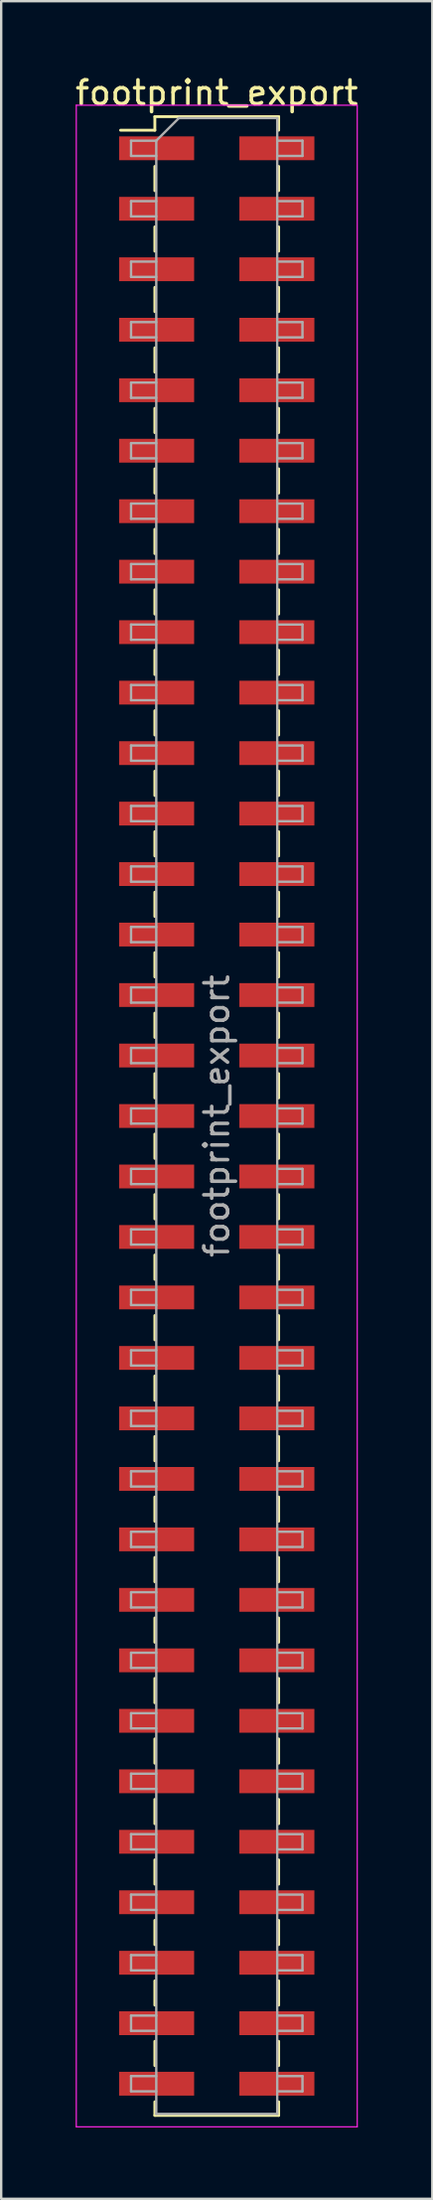
<source format=kicad_pcb>
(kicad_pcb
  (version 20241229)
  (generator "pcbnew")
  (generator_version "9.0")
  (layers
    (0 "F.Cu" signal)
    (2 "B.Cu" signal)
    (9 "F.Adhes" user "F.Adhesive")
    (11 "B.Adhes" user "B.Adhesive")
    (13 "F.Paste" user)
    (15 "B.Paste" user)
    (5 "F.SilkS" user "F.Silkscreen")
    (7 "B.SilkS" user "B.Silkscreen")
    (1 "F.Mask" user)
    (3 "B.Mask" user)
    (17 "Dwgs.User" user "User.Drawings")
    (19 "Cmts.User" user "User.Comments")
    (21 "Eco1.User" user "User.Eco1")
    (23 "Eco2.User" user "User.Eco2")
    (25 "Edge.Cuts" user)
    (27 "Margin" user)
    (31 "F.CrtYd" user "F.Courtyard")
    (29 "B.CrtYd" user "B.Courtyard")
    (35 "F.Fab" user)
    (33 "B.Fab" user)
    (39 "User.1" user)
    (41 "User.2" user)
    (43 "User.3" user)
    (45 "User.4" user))
  (footprint "footprint_export"
    (layer "F.Cu")
    (at 6.054 43.818)
    (property "Reference" "footprint_export" (at 0 -42.97 0) (layer "F.SilkS") (effects (font (size 1 1) (thickness 0.15))))
    (attr smd)
    (fp_line (start -4.04 -41.4) (end -2.6 -41.4) (stroke (width 0.12) (type solid)) (layer "F.SilkS"))
    (fp_line (start -2.6 -41.97) (end -2.6 -41.4) (stroke (width 0.12) (type solid)) (layer "F.SilkS"))
    (fp_line (start -2.6 -41.97) (end 2.6 -41.97) (stroke (width 0.12) (type solid)) (layer "F.SilkS"))
    (fp_line (start -2.6 -39.88) (end -2.6 -38.86) (stroke (width 0.12) (type solid)) (layer "F.SilkS"))
    (fp_line (start -2.6 -37.34) (end -2.6 -36.32) (stroke (width 0.12) (type solid)) (layer "F.SilkS"))
    (fp_line (start -2.6 -34.8) (end -2.6 -33.78) (stroke (width 0.12) (type solid)) (layer "F.SilkS"))
    (fp_line (start -2.6 -32.26) (end -2.6 -31.24) (stroke (width 0.12) (type solid)) (layer "F.SilkS"))
    (fp_line (start -2.6 -29.72) (end -2.6 -28.7) (stroke (width 0.12) (type solid)) (layer "F.SilkS"))
    (fp_line (start -2.6 -27.18) (end -2.6 -26.16) (stroke (width 0.12) (type solid)) (layer "F.SilkS"))
    (fp_line (start -2.6 -24.64) (end -2.6 -23.62) (stroke (width 0.12) (type solid)) (layer "F.SilkS"))
    (fp_line (start -2.6 -22.1) (end -2.6 -21.08) (stroke (width 0.12) (type solid)) (layer "F.SilkS"))
    (fp_line (start -2.6 -19.56) (end -2.6 -18.54) (stroke (width 0.12) (type solid)) (layer "F.SilkS"))
    (fp_line (start -2.6 -17.02) (end -2.6 -16) (stroke (width 0.12) (type solid)) (layer "F.SilkS"))
    (fp_line (start -2.6 -14.48) (end -2.6 -13.46) (stroke (width 0.12) (type solid)) (layer "F.SilkS"))
    (fp_line (start -2.6 -11.94) (end -2.6 -10.92) (stroke (width 0.12) (type solid)) (layer "F.SilkS"))
    (fp_line (start -2.6 -9.4) (end -2.6 -8.38) (stroke (width 0.12) (type solid)) (layer "F.SilkS"))
    (fp_line (start -2.6 -6.86) (end -2.6 -5.84) (stroke (width 0.12) (type solid)) (layer "F.SilkS"))
    (fp_line (start -2.6 -4.32) (end -2.6 -3.3) (stroke (width 0.12) (type solid)) (layer "F.SilkS"))
    (fp_line (start -2.6 -1.78) (end -2.6 -0.76) (stroke (width 0.12) (type solid)) (layer "F.SilkS"))
    (fp_line (start -2.6 0.76) (end -2.6 1.78) (stroke (width 0.12) (type solid)) (layer "F.SilkS"))
    (fp_line (start -2.6 3.3) (end -2.6 4.32) (stroke (width 0.12) (type solid)) (layer "F.SilkS"))
    (fp_line (start -2.6 5.84) (end -2.6 6.86) (stroke (width 0.12) (type solid)) (layer "F.SilkS"))
    (fp_line (start -2.6 8.38) (end -2.6 9.4) (stroke (width 0.12) (type solid)) (layer "F.SilkS"))
    (fp_line (start -2.6 10.92) (end -2.6 11.94) (stroke (width 0.12) (type solid)) (layer "F.SilkS"))
    (fp_line (start -2.6 13.46) (end -2.6 14.48) (stroke (width 0.12) (type solid)) (layer "F.SilkS"))
    (fp_line (start -2.6 16) (end -2.6 17.02) (stroke (width 0.12) (type solid)) (layer "F.SilkS"))
    (fp_line (start -2.6 18.54) (end -2.6 19.56) (stroke (width 0.12) (type solid)) (layer "F.SilkS"))
    (fp_line (start -2.6 21.08) (end -2.6 22.1) (stroke (width 0.12) (type solid)) (layer "F.SilkS"))
    (fp_line (start -2.6 23.62) (end -2.6 24.64) (stroke (width 0.12) (type solid)) (layer "F.SilkS"))
    (fp_line (start -2.6 26.16) (end -2.6 27.18) (stroke (width 0.12) (type solid)) (layer "F.SilkS"))
    (fp_line (start -2.6 28.7) (end -2.6 29.72) (stroke (width 0.12) (type solid)) (layer "F.SilkS"))
    (fp_line (start -2.6 31.24) (end -2.6 32.26) (stroke (width 0.12) (type solid)) (layer "F.SilkS"))
    (fp_line (start -2.6 33.78) (end -2.6 34.8) (stroke (width 0.12) (type solid)) (layer "F.SilkS"))
    (fp_line (start -2.6 36.32) (end -2.6 37.34) (stroke (width 0.12) (type solid)) (layer "F.SilkS"))
    (fp_line (start -2.6 38.86) (end -2.6 39.88) (stroke (width 0.12) (type solid)) (layer "F.SilkS"))
    (fp_line (start -2.6 41.4) (end -2.6 41.97) (stroke (width 0.12) (type solid)) (layer "F.SilkS"))
    (fp_line (start -2.6 41.97) (end 2.6 41.97) (stroke (width 0.12) (type solid)) (layer "F.SilkS"))
    (fp_line (start 2.6 -41.97) (end 2.6 -41.4) (stroke (width 0.12) (type solid)) (layer "F.SilkS"))
    (fp_line (start 2.6 -39.88) (end 2.6 -38.86) (stroke (width 0.12) (type solid)) (layer "F.SilkS"))
    (fp_line (start 2.6 -37.34) (end 2.6 -36.32) (stroke (width 0.12) (type solid)) (layer "F.SilkS"))
    (fp_line (start 2.6 -34.8) (end 2.6 -33.78) (stroke (width 0.12) (type solid)) (layer "F.SilkS"))
    (fp_line (start 2.6 -32.26) (end 2.6 -31.24) (stroke (width 0.12) (type solid)) (layer "F.SilkS"))
    (fp_line (start 2.6 -29.72) (end 2.6 -28.7) (stroke (width 0.12) (type solid)) (layer "F.SilkS"))
    (fp_line (start 2.6 -27.18) (end 2.6 -26.16) (stroke (width 0.12) (type solid)) (layer "F.SilkS"))
    (fp_line (start 2.6 -24.64) (end 2.6 -23.62) (stroke (width 0.12) (type solid)) (layer "F.SilkS"))
    (fp_line (start 2.6 -22.1) (end 2.6 -21.08) (stroke (width 0.12) (type solid)) (layer "F.SilkS"))
    (fp_line (start 2.6 -19.56) (end 2.6 -18.54) (stroke (width 0.12) (type solid)) (layer "F.SilkS"))
    (fp_line (start 2.6 -17.02) (end 2.6 -16) (stroke (width 0.12) (type solid)) (layer "F.SilkS"))
    (fp_line (start 2.6 -14.48) (end 2.6 -13.46) (stroke (width 0.12) (type solid)) (layer "F.SilkS"))
    (fp_line (start 2.6 -11.94) (end 2.6 -10.92) (stroke (width 0.12) (type solid)) (layer "F.SilkS"))
    (fp_line (start 2.6 -9.4) (end 2.6 -8.38) (stroke (width 0.12) (type solid)) (layer "F.SilkS"))
    (fp_line (start 2.6 -6.86) (end 2.6 -5.84) (stroke (width 0.12) (type solid)) (layer "F.SilkS"))
    (fp_line (start 2.6 -4.32) (end 2.6 -3.3) (stroke (width 0.12) (type solid)) (layer "F.SilkS"))
    (fp_line (start 2.6 -1.78) (end 2.6 -0.76) (stroke (width 0.12) (type solid)) (layer "F.SilkS"))
    (fp_line (start 2.6 0.76) (end 2.6 1.78) (stroke (width 0.12) (type solid)) (layer "F.SilkS"))
    (fp_line (start 2.6 3.3) (end 2.6 4.32) (stroke (width 0.12) (type solid)) (layer "F.SilkS"))
    (fp_line (start 2.6 5.84) (end 2.6 6.86) (stroke (width 0.12) (type solid)) (layer "F.SilkS"))
    (fp_line (start 2.6 8.38) (end 2.6 9.4) (stroke (width 0.12) (type solid)) (layer "F.SilkS"))
    (fp_line (start 2.6 10.92) (end 2.6 11.94) (stroke (width 0.12) (type solid)) (layer "F.SilkS"))
    (fp_line (start 2.6 13.46) (end 2.6 14.48) (stroke (width 0.12) (type solid)) (layer "F.SilkS"))
    (fp_line (start 2.6 16) (end 2.6 17.02) (stroke (width 0.12) (type solid)) (layer "F.SilkS"))
    (fp_line (start 2.6 18.54) (end 2.6 19.56) (stroke (width 0.12) (type solid)) (layer "F.SilkS"))
    (fp_line (start 2.6 21.08) (end 2.6 22.1) (stroke (width 0.12) (type solid)) (layer "F.SilkS"))
    (fp_line (start 2.6 23.62) (end 2.6 24.64) (stroke (width 0.12) (type solid)) (layer "F.SilkS"))
    (fp_line (start 2.6 26.16) (end 2.6 27.18) (stroke (width 0.12) (type solid)) (layer "F.SilkS"))
    (fp_line (start 2.6 28.7) (end 2.6 29.72) (stroke (width 0.12) (type solid)) (layer "F.SilkS"))
    (fp_line (start 2.6 31.24) (end 2.6 32.26) (stroke (width 0.12) (type solid)) (layer "F.SilkS"))
    (fp_line (start 2.6 33.78) (end 2.6 34.8) (stroke (width 0.12) (type solid)) (layer "F.SilkS"))
    (fp_line (start 2.6 36.32) (end 2.6 37.34) (stroke (width 0.12) (type solid)) (layer "F.SilkS"))
    (fp_line (start 2.6 38.86) (end 2.6 39.88) (stroke (width 0.12) (type solid)) (layer "F.SilkS"))
    (fp_line (start 2.6 41.4) (end 2.6 41.97) (stroke (width 0.12) (type solid)) (layer "F.SilkS"))
    (fp_line (start -5.9 -42.45) (end -5.9 42.45) (stroke (width 0.05) (type solid)) (layer "F.CrtYd"))
    (fp_line (start -5.9 42.45) (end 5.9 42.45) (stroke (width 0.05) (type solid)) (layer "F.CrtYd"))
    (fp_line (start 5.9 -42.45) (end -5.9 -42.45) (stroke (width 0.05) (type solid)) (layer "F.CrtYd"))
    (fp_line (start 5.9 42.45) (end 5.9 -42.45) (stroke (width 0.05) (type solid)) (layer "F.CrtYd"))
    (fp_line (start -3.6 -40.96) (end -3.6 -40.32) (stroke (width 0.1) (type solid)) (layer "F.Fab"))
    (fp_line (start -3.6 -40.32) (end -2.54 -40.32) (stroke (width 0.1) (type solid)) (layer "F.Fab"))
    (fp_line (start -3.6 -38.42) (end -3.6 -37.78) (stroke (width 0.1) (type solid)) (layer "F.Fab"))
    (fp_line (start -3.6 -37.78) (end -2.54 -37.78) (stroke (width 0.1) (type solid)) (layer "F.Fab"))
    (fp_line (start -3.6 -35.88) (end -3.6 -35.24) (stroke (width 0.1) (type solid)) (layer "F.Fab"))
    (fp_line (start -3.6 -35.24) (end -2.54 -35.24) (stroke (width 0.1) (type solid)) (layer "F.Fab"))
    (fp_line (start -3.6 -33.34) (end -3.6 -32.7) (stroke (width 0.1) (type solid)) (layer "F.Fab"))
    (fp_line (start -3.6 -32.7) (end -2.54 -32.7) (stroke (width 0.1) (type solid)) (layer "F.Fab"))
    (fp_line (start -3.6 -30.8) (end -3.6 -30.16) (stroke (width 0.1) (type solid)) (layer "F.Fab"))
    (fp_line (start -3.6 -30.16) (end -2.54 -30.16) (stroke (width 0.1) (type solid)) (layer "F.Fab"))
    (fp_line (start -3.6 -28.26) (end -3.6 -27.62) (stroke (width 0.1) (type solid)) (layer "F.Fab"))
    (fp_line (start -3.6 -27.62) (end -2.54 -27.62) (stroke (width 0.1) (type solid)) (layer "F.Fab"))
    (fp_line (start -3.6 -25.72) (end -3.6 -25.08) (stroke (width 0.1) (type solid)) (layer "F.Fab"))
    (fp_line (start -3.6 -25.08) (end -2.54 -25.08) (stroke (width 0.1) (type solid)) (layer "F.Fab"))
    (fp_line (start -3.6 -23.18) (end -3.6 -22.54) (stroke (width 0.1) (type solid)) (layer "F.Fab"))
    (fp_line (start -3.6 -22.54) (end -2.54 -22.54) (stroke (width 0.1) (type solid)) (layer "F.Fab"))
    (fp_line (start -3.6 -20.64) (end -3.6 -20) (stroke (width 0.1) (type solid)) (layer "F.Fab"))
    (fp_line (start -3.6 -20) (end -2.54 -20) (stroke (width 0.1) (type solid)) (layer "F.Fab"))
    (fp_line (start -3.6 -18.1) (end -3.6 -17.46) (stroke (width 0.1) (type solid)) (layer "F.Fab"))
    (fp_line (start -3.6 -17.46) (end -2.54 -17.46) (stroke (width 0.1) (type solid)) (layer "F.Fab"))
    (fp_line (start -3.6 -15.56) (end -3.6 -14.92) (stroke (width 0.1) (type solid)) (layer "F.Fab"))
    (fp_line (start -3.6 -14.92) (end -2.54 -14.92) (stroke (width 0.1) (type solid)) (layer "F.Fab"))
    (fp_line (start -3.6 -13.02) (end -3.6 -12.38) (stroke (width 0.1) (type solid)) (layer "F.Fab"))
    (fp_line (start -3.6 -12.38) (end -2.54 -12.38) (stroke (width 0.1) (type solid)) (layer "F.Fab"))
    (fp_line (start -3.6 -10.48) (end -3.6 -9.84) (stroke (width 0.1) (type solid)) (layer "F.Fab"))
    (fp_line (start -3.6 -9.84) (end -2.54 -9.84) (stroke (width 0.1) (type solid)) (layer "F.Fab"))
    (fp_line (start -3.6 -7.94) (end -3.6 -7.3) (stroke (width 0.1) (type solid)) (layer "F.Fab"))
    (fp_line (start -3.6 -7.3) (end -2.54 -7.3) (stroke (width 0.1) (type solid)) (layer "F.Fab"))
    (fp_line (start -3.6 -5.4) (end -3.6 -4.76) (stroke (width 0.1) (type solid)) (layer "F.Fab"))
    (fp_line (start -3.6 -4.76) (end -2.54 -4.76) (stroke (width 0.1) (type solid)) (layer "F.Fab"))
    (fp_line (start -3.6 -2.86) (end -3.6 -2.22) (stroke (width 0.1) (type solid)) (layer "F.Fab"))
    (fp_line (start -3.6 -2.22) (end -2.54 -2.22) (stroke (width 0.1) (type solid)) (layer "F.Fab"))
    (fp_line (start -3.6 -0.32) (end -3.6 0.32) (stroke (width 0.1) (type solid)) (layer "F.Fab"))
    (fp_line (start -3.6 0.32) (end -2.54 0.32) (stroke (width 0.1) (type solid)) (layer "F.Fab"))
    (fp_line (start -3.6 2.22) (end -3.6 2.86) (stroke (width 0.1) (type solid)) (layer "F.Fab"))
    (fp_line (start -3.6 2.86) (end -2.54 2.86) (stroke (width 0.1) (type solid)) (layer "F.Fab"))
    (fp_line (start -3.6 4.76) (end -3.6 5.4) (stroke (width 0.1) (type solid)) (layer "F.Fab"))
    (fp_line (start -3.6 5.4) (end -2.54 5.4) (stroke (width 0.1) (type solid)) (layer "F.Fab"))
    (fp_line (start -3.6 7.3) (end -3.6 7.94) (stroke (width 0.1) (type solid)) (layer "F.Fab"))
    (fp_line (start -3.6 7.94) (end -2.54 7.94) (stroke (width 0.1) (type solid)) (layer "F.Fab"))
    (fp_line (start -3.6 9.84) (end -3.6 10.48) (stroke (width 0.1) (type solid)) (layer "F.Fab"))
    (fp_line (start -3.6 10.48) (end -2.54 10.48) (stroke (width 0.1) (type solid)) (layer "F.Fab"))
    (fp_line (start -3.6 12.38) (end -3.6 13.02) (stroke (width 0.1) (type solid)) (layer "F.Fab"))
    (fp_line (start -3.6 13.02) (end -2.54 13.02) (stroke (width 0.1) (type solid)) (layer "F.Fab"))
    (fp_line (start -3.6 14.92) (end -3.6 15.56) (stroke (width 0.1) (type solid)) (layer "F.Fab"))
    (fp_line (start -3.6 15.56) (end -2.54 15.56) (stroke (width 0.1) (type solid)) (layer "F.Fab"))
    (fp_line (start -3.6 17.46) (end -3.6 18.1) (stroke (width 0.1) (type solid)) (layer "F.Fab"))
    (fp_line (start -3.6 18.1) (end -2.54 18.1) (stroke (width 0.1) (type solid)) (layer "F.Fab"))
    (fp_line (start -3.6 20) (end -3.6 20.64) (stroke (width 0.1) (type solid)) (layer "F.Fab"))
    (fp_line (start -3.6 20.64) (end -2.54 20.64) (stroke (width 0.1) (type solid)) (layer "F.Fab"))
    (fp_line (start -3.6 22.54) (end -3.6 23.18) (stroke (width 0.1) (type solid)) (layer "F.Fab"))
    (fp_line (start -3.6 23.18) (end -2.54 23.18) (stroke (width 0.1) (type solid)) (layer "F.Fab"))
    (fp_line (start -3.6 25.08) (end -3.6 25.72) (stroke (width 0.1) (type solid)) (layer "F.Fab"))
    (fp_line (start -3.6 25.72) (end -2.54 25.72) (stroke (width 0.1) (type solid)) (layer "F.Fab"))
    (fp_line (start -3.6 27.62) (end -3.6 28.26) (stroke (width 0.1) (type solid)) (layer "F.Fab"))
    (fp_line (start -3.6 28.26) (end -2.54 28.26) (stroke (width 0.1) (type solid)) (layer "F.Fab"))
    (fp_line (start -3.6 30.16) (end -3.6 30.8) (stroke (width 0.1) (type solid)) (layer "F.Fab"))
    (fp_line (start -3.6 30.8) (end -2.54 30.8) (stroke (width 0.1) (type solid)) (layer "F.Fab"))
    (fp_line (start -3.6 32.7) (end -3.6 33.34) (stroke (width 0.1) (type solid)) (layer "F.Fab"))
    (fp_line (start -3.6 33.34) (end -2.54 33.34) (stroke (width 0.1) (type solid)) (layer "F.Fab"))
    (fp_line (start -3.6 35.24) (end -3.6 35.88) (stroke (width 0.1) (type solid)) (layer "F.Fab"))
    (fp_line (start -3.6 35.88) (end -2.54 35.88) (stroke (width 0.1) (type solid)) (layer "F.Fab"))
    (fp_line (start -3.6 37.78) (end -3.6 38.42) (stroke (width 0.1) (type solid)) (layer "F.Fab"))
    (fp_line (start -3.6 38.42) (end -2.54 38.42) (stroke (width 0.1) (type solid)) (layer "F.Fab"))
    (fp_line (start -3.6 40.32) (end -3.6 40.96) (stroke (width 0.1) (type solid)) (layer "F.Fab"))
    (fp_line (start -3.6 40.96) (end -2.54 40.96) (stroke (width 0.1) (type solid)) (layer "F.Fab"))
    (fp_line (start -2.54 -40.96) (end -3.6 -40.96) (stroke (width 0.1) (type solid)) (layer "F.Fab"))
    (fp_line (start -2.54 -40.96) (end -1.59 -41.91) (stroke (width 0.1) (type solid)) (layer "F.Fab"))
    (fp_line (start -2.54 -38.42) (end -3.6 -38.42) (stroke (width 0.1) (type solid)) (layer "F.Fab"))
    (fp_line (start -2.54 -35.88) (end -3.6 -35.88) (stroke (width 0.1) (type solid)) (layer "F.Fab"))
    (fp_line (start -2.54 -33.34) (end -3.6 -33.34) (stroke (width 0.1) (type solid)) (layer "F.Fab"))
    (fp_line (start -2.54 -30.8) (end -3.6 -30.8) (stroke (width 0.1) (type solid)) (layer "F.Fab"))
    (fp_line (start -2.54 -28.26) (end -3.6 -28.26) (stroke (width 0.1) (type solid)) (layer "F.Fab"))
    (fp_line (start -2.54 -25.72) (end -3.6 -25.72) (stroke (width 0.1) (type solid)) (layer "F.Fab"))
    (fp_line (start -2.54 -23.18) (end -3.6 -23.18) (stroke (width 0.1) (type solid)) (layer "F.Fab"))
    (fp_line (start -2.54 -20.64) (end -3.6 -20.64) (stroke (width 0.1) (type solid)) (layer "F.Fab"))
    (fp_line (start -2.54 -18.1) (end -3.6 -18.1) (stroke (width 0.1) (type solid)) (layer "F.Fab"))
    (fp_line (start -2.54 -15.56) (end -3.6 -15.56) (stroke (width 0.1) (type solid)) (layer "F.Fab"))
    (fp_line (start -2.54 -13.02) (end -3.6 -13.02) (stroke (width 0.1) (type solid)) (layer "F.Fab"))
    (fp_line (start -2.54 -10.48) (end -3.6 -10.48) (stroke (width 0.1) (type solid)) (layer "F.Fab"))
    (fp_line (start -2.54 -7.94) (end -3.6 -7.94) (stroke (width 0.1) (type solid)) (layer "F.Fab"))
    (fp_line (start -2.54 -5.4) (end -3.6 -5.4) (stroke (width 0.1) (type solid)) (layer "F.Fab"))
    (fp_line (start -2.54 -2.86) (end -3.6 -2.86) (stroke (width 0.1) (type solid)) (layer "F.Fab"))
    (fp_line (start -2.54 -0.32) (end -3.6 -0.32) (stroke (width 0.1) (type solid)) (layer "F.Fab"))
    (fp_line (start -2.54 2.22) (end -3.6 2.22) (stroke (width 0.1) (type solid)) (layer "F.Fab"))
    (fp_line (start -2.54 4.76) (end -3.6 4.76) (stroke (width 0.1) (type solid)) (layer "F.Fab"))
    (fp_line (start -2.54 7.3) (end -3.6 7.3) (stroke (width 0.1) (type solid)) (layer "F.Fab"))
    (fp_line (start -2.54 9.84) (end -3.6 9.84) (stroke (width 0.1) (type solid)) (layer "F.Fab"))
    (fp_line (start -2.54 12.38) (end -3.6 12.38) (stroke (width 0.1) (type solid)) (layer "F.Fab"))
    (fp_line (start -2.54 14.92) (end -3.6 14.92) (stroke (width 0.1) (type solid)) (layer "F.Fab"))
    (fp_line (start -2.54 17.46) (end -3.6 17.46) (stroke (width 0.1) (type solid)) (layer "F.Fab"))
    (fp_line (start -2.54 20) (end -3.6 20) (stroke (width 0.1) (type solid)) (layer "F.Fab"))
    (fp_line (start -2.54 22.54) (end -3.6 22.54) (stroke (width 0.1) (type solid)) (layer "F.Fab"))
    (fp_line (start -2.54 25.08) (end -3.6 25.08) (stroke (width 0.1) (type solid)) (layer "F.Fab"))
    (fp_line (start -2.54 27.62) (end -3.6 27.62) (stroke (width 0.1) (type solid)) (layer "F.Fab"))
    (fp_line (start -2.54 30.16) (end -3.6 30.16) (stroke (width 0.1) (type solid)) (layer "F.Fab"))
    (fp_line (start -2.54 32.7) (end -3.6 32.7) (stroke (width 0.1) (type solid)) (layer "F.Fab"))
    (fp_line (start -2.54 35.24) (end -3.6 35.24) (stroke (width 0.1) (type solid)) (layer "F.Fab"))
    (fp_line (start -2.54 37.78) (end -3.6 37.78) (stroke (width 0.1) (type solid)) (layer "F.Fab"))
    (fp_line (start -2.54 40.32) (end -3.6 40.32) (stroke (width 0.1) (type solid)) (layer "F.Fab"))
    (fp_line (start -2.54 41.91) (end -2.54 -40.96) (stroke (width 0.1) (type solid)) (layer "F.Fab"))
    (fp_line (start -1.59 -41.91) (end 2.54 -41.91) (stroke (width 0.1) (type solid)) (layer "F.Fab"))
    (fp_line (start 2.54 -41.91) (end 2.54 41.91) (stroke (width 0.1) (type solid)) (layer "F.Fab"))
    (fp_line (start 2.54 -40.96) (end 3.6 -40.96) (stroke (width 0.1) (type solid)) (layer "F.Fab"))
    (fp_line (start 2.54 -38.42) (end 3.6 -38.42) (stroke (width 0.1) (type solid)) (layer "F.Fab"))
    (fp_line (start 2.54 -35.88) (end 3.6 -35.88) (stroke (width 0.1) (type solid)) (layer "F.Fab"))
    (fp_line (start 2.54 -33.34) (end 3.6 -33.34) (stroke (width 0.1) (type solid)) (layer "F.Fab"))
    (fp_line (start 2.54 -30.8) (end 3.6 -30.8) (stroke (width 0.1) (type solid)) (layer "F.Fab"))
    (fp_line (start 2.54 -28.26) (end 3.6 -28.26) (stroke (width 0.1) (type solid)) (layer "F.Fab"))
    (fp_line (start 2.54 -25.72) (end 3.6 -25.72) (stroke (width 0.1) (type solid)) (layer "F.Fab"))
    (fp_line (start 2.54 -23.18) (end 3.6 -23.18) (stroke (width 0.1) (type solid)) (layer "F.Fab"))
    (fp_line (start 2.54 -20.64) (end 3.6 -20.64) (stroke (width 0.1) (type solid)) (layer "F.Fab"))
    (fp_line (start 2.54 -18.1) (end 3.6 -18.1) (stroke (width 0.1) (type solid)) (layer "F.Fab"))
    (fp_line (start 2.54 -15.56) (end 3.6 -15.56) (stroke (width 0.1) (type solid)) (layer "F.Fab"))
    (fp_line (start 2.54 -13.02) (end 3.6 -13.02) (stroke (width 0.1) (type solid)) (layer "F.Fab"))
    (fp_line (start 2.54 -10.48) (end 3.6 -10.48) (stroke (width 0.1) (type solid)) (layer "F.Fab"))
    (fp_line (start 2.54 -7.94) (end 3.6 -7.94) (stroke (width 0.1) (type solid)) (layer "F.Fab"))
    (fp_line (start 2.54 -5.4) (end 3.6 -5.4) (stroke (width 0.1) (type solid)) (layer "F.Fab"))
    (fp_line (start 2.54 -2.86) (end 3.6 -2.86) (stroke (width 0.1) (type solid)) (layer "F.Fab"))
    (fp_line (start 2.54 -0.32) (end 3.6 -0.32) (stroke (width 0.1) (type solid)) (layer "F.Fab"))
    (fp_line (start 2.54 2.22) (end 3.6 2.22) (stroke (width 0.1) (type solid)) (layer "F.Fab"))
    (fp_line (start 2.54 4.76) (end 3.6 4.76) (stroke (width 0.1) (type solid)) (layer "F.Fab"))
    (fp_line (start 2.54 7.3) (end 3.6 7.3) (stroke (width 0.1) (type solid)) (layer "F.Fab"))
    (fp_line (start 2.54 9.84) (end 3.6 9.84) (stroke (width 0.1) (type solid)) (layer "F.Fab"))
    (fp_line (start 2.54 12.38) (end 3.6 12.38) (stroke (width 0.1) (type solid)) (layer "F.Fab"))
    (fp_line (start 2.54 14.92) (end 3.6 14.92) (stroke (width 0.1) (type solid)) (layer "F.Fab"))
    (fp_line (start 2.54 17.46) (end 3.6 17.46) (stroke (width 0.1) (type solid)) (layer "F.Fab"))
    (fp_line (start 2.54 20) (end 3.6 20) (stroke (width 0.1) (type solid)) (layer "F.Fab"))
    (fp_line (start 2.54 22.54) (end 3.6 22.54) (stroke (width 0.1) (type solid)) (layer "F.Fab"))
    (fp_line (start 2.54 25.08) (end 3.6 25.08) (stroke (width 0.1) (type solid)) (layer "F.Fab"))
    (fp_line (start 2.54 27.62) (end 3.6 27.62) (stroke (width 0.1) (type solid)) (layer "F.Fab"))
    (fp_line (start 2.54 30.16) (end 3.6 30.16) (stroke (width 0.1) (type solid)) (layer "F.Fab"))
    (fp_line (start 2.54 32.7) (end 3.6 32.7) (stroke (width 0.1) (type solid)) (layer "F.Fab"))
    (fp_line (start 2.54 35.24) (end 3.6 35.24) (stroke (width 0.1) (type solid)) (layer "F.Fab"))
    (fp_line (start 2.54 37.78) (end 3.6 37.78) (stroke (width 0.1) (type solid)) (layer "F.Fab"))
    (fp_line (start 2.54 40.32) (end 3.6 40.32) (stroke (width 0.1) (type solid)) (layer "F.Fab"))
    (fp_line (start 2.54 41.91) (end -2.54 41.91) (stroke (width 0.1) (type solid)) (layer "F.Fab"))
    (fp_line (start 3.6 -40.96) (end 3.6 -40.32) (stroke (width 0.1) (type solid)) (layer "F.Fab"))
    (fp_line (start 3.6 -40.32) (end 2.54 -40.32) (stroke (width 0.1) (type solid)) (layer "F.Fab"))
    (fp_line (start 3.6 -38.42) (end 3.6 -37.78) (stroke (width 0.1) (type solid)) (layer "F.Fab"))
    (fp_line (start 3.6 -37.78) (end 2.54 -37.78) (stroke (width 0.1) (type solid)) (layer "F.Fab"))
    (fp_line (start 3.6 -35.88) (end 3.6 -35.24) (stroke (width 0.1) (type solid)) (layer "F.Fab"))
    (fp_line (start 3.6 -35.24) (end 2.54 -35.24) (stroke (width 0.1) (type solid)) (layer "F.Fab"))
    (fp_line (start 3.6 -33.34) (end 3.6 -32.7) (stroke (width 0.1) (type solid)) (layer "F.Fab"))
    (fp_line (start 3.6 -32.7) (end 2.54 -32.7) (stroke (width 0.1) (type solid)) (layer "F.Fab"))
    (fp_line (start 3.6 -30.8) (end 3.6 -30.16) (stroke (width 0.1) (type solid)) (layer "F.Fab"))
    (fp_line (start 3.6 -30.16) (end 2.54 -30.16) (stroke (width 0.1) (type solid)) (layer "F.Fab"))
    (fp_line (start 3.6 -28.26) (end 3.6 -27.62) (stroke (width 0.1) (type solid)) (layer "F.Fab"))
    (fp_line (start 3.6 -27.62) (end 2.54 -27.62) (stroke (width 0.1) (type solid)) (layer "F.Fab"))
    (fp_line (start 3.6 -25.72) (end 3.6 -25.08) (stroke (width 0.1) (type solid)) (layer "F.Fab"))
    (fp_line (start 3.6 -25.08) (end 2.54 -25.08) (stroke (width 0.1) (type solid)) (layer "F.Fab"))
    (fp_line (start 3.6 -23.18) (end 3.6 -22.54) (stroke (width 0.1) (type solid)) (layer "F.Fab"))
    (fp_line (start 3.6 -22.54) (end 2.54 -22.54) (stroke (width 0.1) (type solid)) (layer "F.Fab"))
    (fp_line (start 3.6 -20.64) (end 3.6 -20) (stroke (width 0.1) (type solid)) (layer "F.Fab"))
    (fp_line (start 3.6 -20) (end 2.54 -20) (stroke (width 0.1) (type solid)) (layer "F.Fab"))
    (fp_line (start 3.6 -18.1) (end 3.6 -17.46) (stroke (width 0.1) (type solid)) (layer "F.Fab"))
    (fp_line (start 3.6 -17.46) (end 2.54 -17.46) (stroke (width 0.1) (type solid)) (layer "F.Fab"))
    (fp_line (start 3.6 -15.56) (end 3.6 -14.92) (stroke (width 0.1) (type solid)) (layer "F.Fab"))
    (fp_line (start 3.6 -14.92) (end 2.54 -14.92) (stroke (width 0.1) (type solid)) (layer "F.Fab"))
    (fp_line (start 3.6 -13.02) (end 3.6 -12.38) (stroke (width 0.1) (type solid)) (layer "F.Fab"))
    (fp_line (start 3.6 -12.38) (end 2.54 -12.38) (stroke (width 0.1) (type solid)) (layer "F.Fab"))
    (fp_line (start 3.6 -10.48) (end 3.6 -9.84) (stroke (width 0.1) (type solid)) (layer "F.Fab"))
    (fp_line (start 3.6 -9.84) (end 2.54 -9.84) (stroke (width 0.1) (type solid)) (layer "F.Fab"))
    (fp_line (start 3.6 -7.94) (end 3.6 -7.3) (stroke (width 0.1) (type solid)) (layer "F.Fab"))
    (fp_line (start 3.6 -7.3) (end 2.54 -7.3) (stroke (width 0.1) (type solid)) (layer "F.Fab"))
    (fp_line (start 3.6 -5.4) (end 3.6 -4.76) (stroke (width 0.1) (type solid)) (layer "F.Fab"))
    (fp_line (start 3.6 -4.76) (end 2.54 -4.76) (stroke (width 0.1) (type solid)) (layer "F.Fab"))
    (fp_line (start 3.6 -2.86) (end 3.6 -2.22) (stroke (width 0.1) (type solid)) (layer "F.Fab"))
    (fp_line (start 3.6 -2.22) (end 2.54 -2.22) (stroke (width 0.1) (type solid)) (layer "F.Fab"))
    (fp_line (start 3.6 -0.32) (end 3.6 0.32) (stroke (width 0.1) (type solid)) (layer "F.Fab"))
    (fp_line (start 3.6 0.32) (end 2.54 0.32) (stroke (width 0.1) (type solid)) (layer "F.Fab"))
    (fp_line (start 3.6 2.22) (end 3.6 2.86) (stroke (width 0.1) (type solid)) (layer "F.Fab"))
    (fp_line (start 3.6 2.86) (end 2.54 2.86) (stroke (width 0.1) (type solid)) (layer "F.Fab"))
    (fp_line (start 3.6 4.76) (end 3.6 5.4) (stroke (width 0.1) (type solid)) (layer "F.Fab"))
    (fp_line (start 3.6 5.4) (end 2.54 5.4) (stroke (width 0.1) (type solid)) (layer "F.Fab"))
    (fp_line (start 3.6 7.3) (end 3.6 7.94) (stroke (width 0.1) (type solid)) (layer "F.Fab"))
    (fp_line (start 3.6 7.94) (end 2.54 7.94) (stroke (width 0.1) (type solid)) (layer "F.Fab"))
    (fp_line (start 3.6 9.84) (end 3.6 10.48) (stroke (width 0.1) (type solid)) (layer "F.Fab"))
    (fp_line (start 3.6 10.48) (end 2.54 10.48) (stroke (width 0.1) (type solid)) (layer "F.Fab"))
    (fp_line (start 3.6 12.38) (end 3.6 13.02) (stroke (width 0.1) (type solid)) (layer "F.Fab"))
    (fp_line (start 3.6 13.02) (end 2.54 13.02) (stroke (width 0.1) (type solid)) (layer "F.Fab"))
    (fp_line (start 3.6 14.92) (end 3.6 15.56) (stroke (width 0.1) (type solid)) (layer "F.Fab"))
    (fp_line (start 3.6 15.56) (end 2.54 15.56) (stroke (width 0.1) (type solid)) (layer "F.Fab"))
    (fp_line (start 3.6 17.46) (end 3.6 18.1) (stroke (width 0.1) (type solid)) (layer "F.Fab"))
    (fp_line (start 3.6 18.1) (end 2.54 18.1) (stroke (width 0.1) (type solid)) (layer "F.Fab"))
    (fp_line (start 3.6 20) (end 3.6 20.64) (stroke (width 0.1) (type solid)) (layer "F.Fab"))
    (fp_line (start 3.6 20.64) (end 2.54 20.64) (stroke (width 0.1) (type solid)) (layer "F.Fab"))
    (fp_line (start 3.6 22.54) (end 3.6 23.18) (stroke (width 0.1) (type solid)) (layer "F.Fab"))
    (fp_line (start 3.6 23.18) (end 2.54 23.18) (stroke (width 0.1) (type solid)) (layer "F.Fab"))
    (fp_line (start 3.6 25.08) (end 3.6 25.72) (stroke (width 0.1) (type solid)) (layer "F.Fab"))
    (fp_line (start 3.6 25.72) (end 2.54 25.72) (stroke (width 0.1) (type solid)) (layer "F.Fab"))
    (fp_line (start 3.6 27.62) (end 3.6 28.26) (stroke (width 0.1) (type solid)) (layer "F.Fab"))
    (fp_line (start 3.6 28.26) (end 2.54 28.26) (stroke (width 0.1) (type solid)) (layer "F.Fab"))
    (fp_line (start 3.6 30.16) (end 3.6 30.8) (stroke (width 0.1) (type solid)) (layer "F.Fab"))
    (fp_line (start 3.6 30.8) (end 2.54 30.8) (stroke (width 0.1) (type solid)) (layer "F.Fab"))
    (fp_line (start 3.6 32.7) (end 3.6 33.34) (stroke (width 0.1) (type solid)) (layer "F.Fab"))
    (fp_line (start 3.6 33.34) (end 2.54 33.34) (stroke (width 0.1) (type solid)) (layer "F.Fab"))
    (fp_line (start 3.6 35.24) (end 3.6 35.88) (stroke (width 0.1) (type solid)) (layer "F.Fab"))
    (fp_line (start 3.6 35.88) (end 2.54 35.88) (stroke (width 0.1) (type solid)) (layer "F.Fab"))
    (fp_line (start 3.6 37.78) (end 3.6 38.42) (stroke (width 0.1) (type solid)) (layer "F.Fab"))
    (fp_line (start 3.6 38.42) (end 2.54 38.42) (stroke (width 0.1) (type solid)) (layer "F.Fab"))
    (fp_line (start 3.6 40.32) (end 3.6 40.96) (stroke (width 0.1) (type solid)) (layer "F.Fab"))
    (fp_line (start 3.6 40.96) (end 2.54 40.96) (stroke (width 0.1) (type solid)) (layer "F.Fab"))
    (fp_text user "${REFERENCE}" (at 0 0 90) (layer "F.Fab") (effects (font (size 1 1) (thickness 0.15))))
    (pad "1" smd rect (at -2.525 -40.64) (size 3.15 1) (layers "F.Cu" "F.Mask" "F.Paste"))
    (pad "2" smd rect (at 2.525 -40.64) (size 3.15 1) (layers "F.Cu" "F.Mask" "F.Paste"))
    (pad "3" smd rect (at -2.525 -38.1) (size 3.15 1) (layers "F.Cu" "F.Mask" "F.Paste"))
    (pad "4" smd rect (at 2.525 -38.1) (size 3.15 1) (layers "F.Cu" "F.Mask" "F.Paste"))
    (pad "5" smd rect (at -2.525 -35.56) (size 3.15 1) (layers "F.Cu" "F.Mask" "F.Paste"))
    (pad "6" smd rect (at 2.525 -35.56) (size 3.15 1) (layers "F.Cu" "F.Mask" "F.Paste"))
    (pad "7" smd rect (at -2.525 -33.02) (size 3.15 1) (layers "F.Cu" "F.Mask" "F.Paste"))
    (pad "8" smd rect (at 2.525 -33.02) (size 3.15 1) (layers "F.Cu" "F.Mask" "F.Paste"))
    (pad "9" smd rect (at -2.525 -30.48) (size 3.15 1) (layers "F.Cu" "F.Mask" "F.Paste"))
    (pad "10" smd rect (at 2.525 -30.48) (size 3.15 1) (layers "F.Cu" "F.Mask" "F.Paste"))
    (pad "11" smd rect (at -2.525 -27.94) (size 3.15 1) (layers "F.Cu" "F.Mask" "F.Paste"))
    (pad "12" smd rect (at 2.525 -27.94) (size 3.15 1) (layers "F.Cu" "F.Mask" "F.Paste"))
    (pad "13" smd rect (at -2.525 -25.4) (size 3.15 1) (layers "F.Cu" "F.Mask" "F.Paste"))
    (pad "14" smd rect (at 2.525 -25.4) (size 3.15 1) (layers "F.Cu" "F.Mask" "F.Paste"))
    (pad "15" smd rect (at -2.525 -22.86) (size 3.15 1) (layers "F.Cu" "F.Mask" "F.Paste"))
    (pad "16" smd rect (at 2.525 -22.86) (size 3.15 1) (layers "F.Cu" "F.Mask" "F.Paste"))
    (pad "17" smd rect (at -2.525 -20.32) (size 3.15 1) (layers "F.Cu" "F.Mask" "F.Paste"))
    (pad "18" smd rect (at 2.525 -20.32) (size 3.15 1) (layers "F.Cu" "F.Mask" "F.Paste"))
    (pad "19" smd rect (at -2.525 -17.78) (size 3.15 1) (layers "F.Cu" "F.Mask" "F.Paste"))
    (pad "20" smd rect (at 2.525 -17.78) (size 3.15 1) (layers "F.Cu" "F.Mask" "F.Paste"))
    (pad "21" smd rect (at -2.525 -15.24) (size 3.15 1) (layers "F.Cu" "F.Mask" "F.Paste"))
    (pad "22" smd rect (at 2.525 -15.24) (size 3.15 1) (layers "F.Cu" "F.Mask" "F.Paste"))
    (pad "23" smd rect (at -2.525 -12.7) (size 3.15 1) (layers "F.Cu" "F.Mask" "F.Paste"))
    (pad "24" smd rect (at 2.525 -12.7) (size 3.15 1) (layers "F.Cu" "F.Mask" "F.Paste"))
    (pad "25" smd rect (at -2.525 -10.16) (size 3.15 1) (layers "F.Cu" "F.Mask" "F.Paste"))
    (pad "26" smd rect (at 2.525 -10.16) (size 3.15 1) (layers "F.Cu" "F.Mask" "F.Paste"))
    (pad "27" smd rect (at -2.525 -7.62) (size 3.15 1) (layers "F.Cu" "F.Mask" "F.Paste"))
    (pad "28" smd rect (at 2.525 -7.62) (size 3.15 1) (layers "F.Cu" "F.Mask" "F.Paste"))
    (pad "29" smd rect (at -2.525 -5.08) (size 3.15 1) (layers "F.Cu" "F.Mask" "F.Paste"))
    (pad "30" smd rect (at 2.525 -5.08) (size 3.15 1) (layers "F.Cu" "F.Mask" "F.Paste"))
    (pad "31" smd rect (at -2.525 -2.54) (size 3.15 1) (layers "F.Cu" "F.Mask" "F.Paste"))
    (pad "32" smd rect (at 2.525 -2.54) (size 3.15 1) (layers "F.Cu" "F.Mask" "F.Paste"))
    (pad "33" smd rect (at -2.525 0) (size 3.15 1) (layers "F.Cu" "F.Mask" "F.Paste"))
    (pad "34" smd rect (at 2.525 0) (size 3.15 1) (layers "F.Cu" "F.Mask" "F.Paste"))
    (pad "35" smd rect (at -2.525 2.54) (size 3.15 1) (layers "F.Cu" "F.Mask" "F.Paste"))
    (pad "36" smd rect (at 2.525 2.54) (size 3.15 1) (layers "F.Cu" "F.Mask" "F.Paste"))
    (pad "37" smd rect (at -2.525 5.08) (size 3.15 1) (layers "F.Cu" "F.Mask" "F.Paste"))
    (pad "38" smd rect (at 2.525 5.08) (size 3.15 1) (layers "F.Cu" "F.Mask" "F.Paste"))
    (pad "39" smd rect (at -2.525 7.62) (size 3.15 1) (layers "F.Cu" "F.Mask" "F.Paste"))
    (pad "40" smd rect (at 2.525 7.62) (size 3.15 1) (layers "F.Cu" "F.Mask" "F.Paste"))
    (pad "41" smd rect (at -2.525 10.16) (size 3.15 1) (layers "F.Cu" "F.Mask" "F.Paste"))
    (pad "42" smd rect (at 2.525 10.16) (size 3.15 1) (layers "F.Cu" "F.Mask" "F.Paste"))
    (pad "43" smd rect (at -2.525 12.7) (size 3.15 1) (layers "F.Cu" "F.Mask" "F.Paste"))
    (pad "44" smd rect (at 2.525 12.7) (size 3.15 1) (layers "F.Cu" "F.Mask" "F.Paste"))
    (pad "45" smd rect (at -2.525 15.24) (size 3.15 1) (layers "F.Cu" "F.Mask" "F.Paste"))
    (pad "46" smd rect (at 2.525 15.24) (size 3.15 1) (layers "F.Cu" "F.Mask" "F.Paste"))
    (pad "47" smd rect (at -2.525 17.78) (size 3.15 1) (layers "F.Cu" "F.Mask" "F.Paste"))
    (pad "48" smd rect (at 2.525 17.78) (size 3.15 1) (layers "F.Cu" "F.Mask" "F.Paste"))
    (pad "49" smd rect (at -2.525 20.32) (size 3.15 1) (layers "F.Cu" "F.Mask" "F.Paste"))
    (pad "50" smd rect (at 2.525 20.32) (size 3.15 1) (layers "F.Cu" "F.Mask" "F.Paste"))
    (pad "51" smd rect (at -2.525 22.86) (size 3.15 1) (layers "F.Cu" "F.Mask" "F.Paste"))
    (pad "52" smd rect (at 2.525 22.86) (size 3.15 1) (layers "F.Cu" "F.Mask" "F.Paste"))
    (pad "53" smd rect (at -2.525 25.4) (size 3.15 1) (layers "F.Cu" "F.Mask" "F.Paste"))
    (pad "54" smd rect (at 2.525 25.4) (size 3.15 1) (layers "F.Cu" "F.Mask" "F.Paste"))
    (pad "55" smd rect (at -2.525 27.94) (size 3.15 1) (layers "F.Cu" "F.Mask" "F.Paste"))
    (pad "56" smd rect (at 2.525 27.94) (size 3.15 1) (layers "F.Cu" "F.Mask" "F.Paste"))
    (pad "57" smd rect (at -2.525 30.48) (size 3.15 1) (layers "F.Cu" "F.Mask" "F.Paste"))
    (pad "58" smd rect (at 2.525 30.48) (size 3.15 1) (layers "F.Cu" "F.Mask" "F.Paste"))
    (pad "59" smd rect (at -2.525 33.02) (size 3.15 1) (layers "F.Cu" "F.Mask" "F.Paste"))
    (pad "60" smd rect (at 2.525 33.02) (size 3.15 1) (layers "F.Cu" "F.Mask" "F.Paste"))
    (pad "61" smd rect (at -2.525 35.56) (size 3.15 1) (layers "F.Cu" "F.Mask" "F.Paste"))
    (pad "62" smd rect (at 2.525 35.56) (size 3.15 1) (layers "F.Cu" "F.Mask" "F.Paste"))
    (pad "63" smd rect (at -2.525 38.1) (size 3.15 1) (layers "F.Cu" "F.Mask" "F.Paste"))
    (pad "64" smd rect (at 2.525 38.1) (size 3.15 1) (layers "F.Cu" "F.Mask" "F.Paste"))
    (pad "65" smd rect (at -2.525 40.64) (size 3.15 1) (layers "F.Cu" "F.Mask" "F.Paste"))
    (pad "66" smd rect (at 2.525 40.64) (size 3.15 1) (layers "F.Cu" "F.Mask" "F.Paste")))
  (gr_rect
    (start -3 -3)
    (end 15.107 89.293)
    (stroke (width 0.1) (type default))
    (fill no)
    (layer "Edge.Cuts")))
</source>
